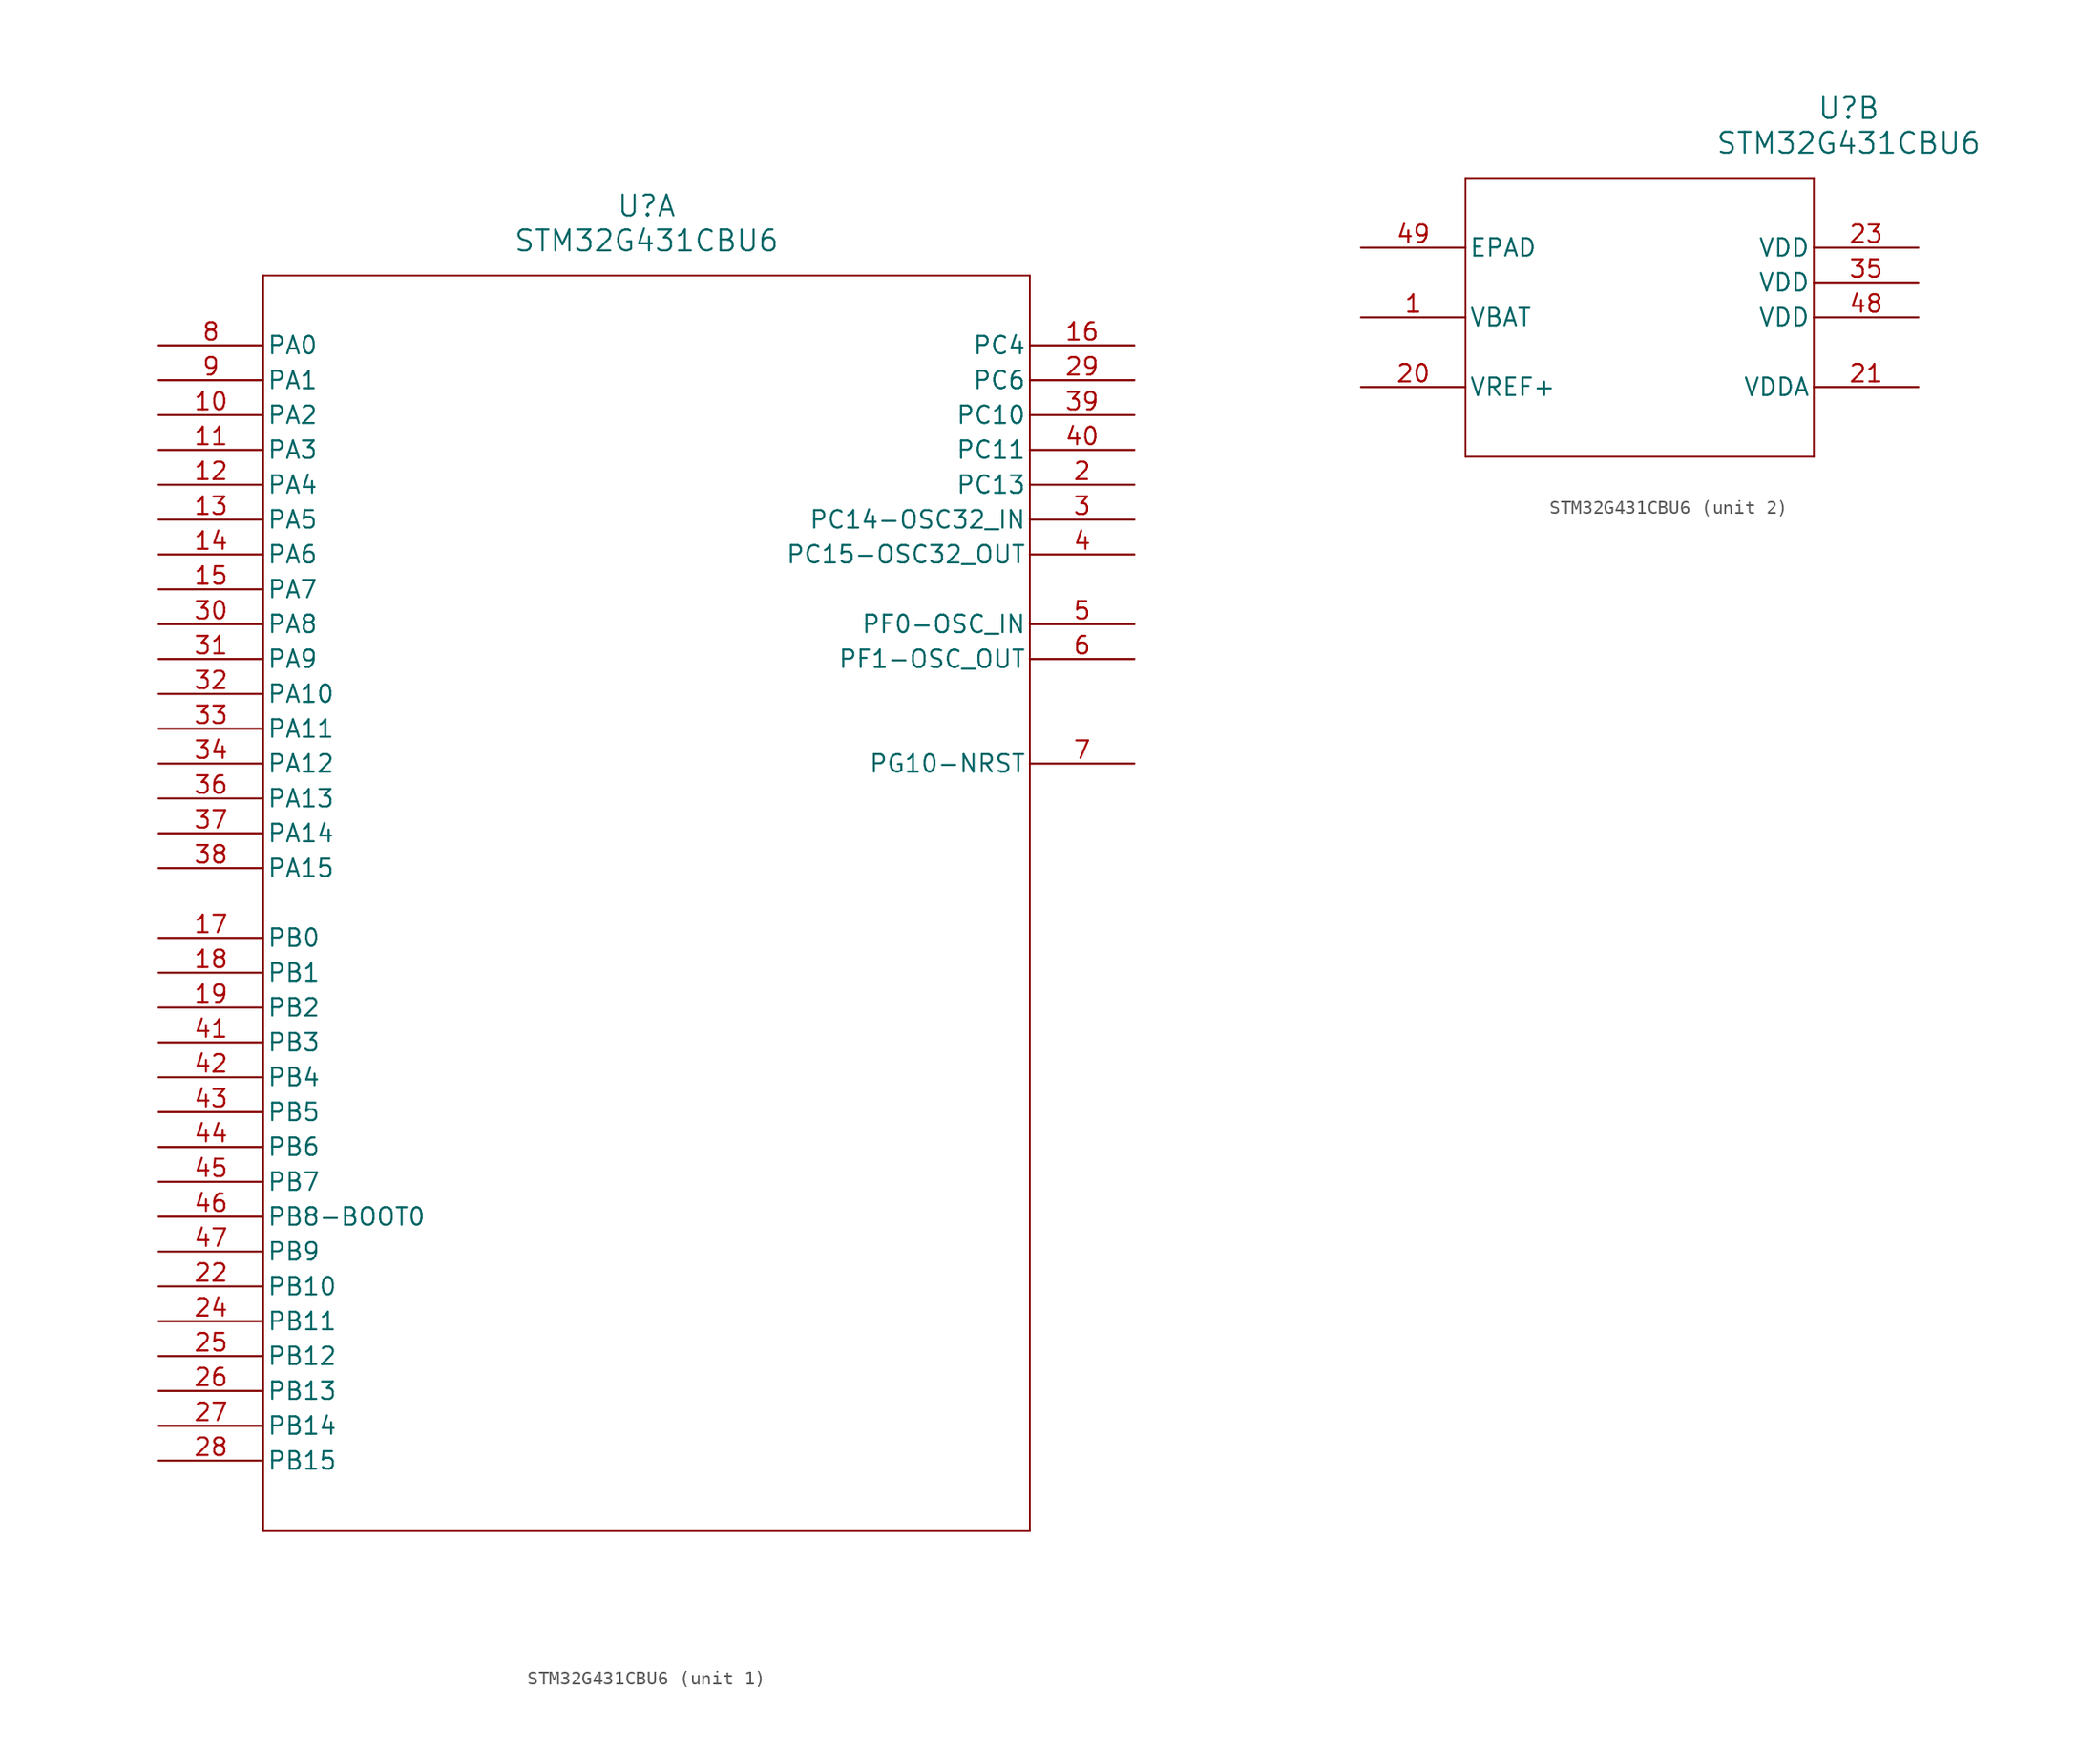
<source format=kicad_sym>
(kicad_symbol_lib
  (version 20211014)
  (generator kicad_symbol_editor)
  (symbol "STM32G431CBU6"
    (pin_names
      (offset 0.254))
    (property "Reference" "U"
      (at 35.56 10.16 0)
      (effects (font (size 1.524 1.524))))
    (property "Value" "STM32G431CBU6"
      (at 35.56 7.62 0)
      (effects (font (size 1.524 1.524))))
    (symbol "STM32G431CBU6_1_1"
      (polyline (pts (xy 7.62 5.08) (xy 7.62 -86.36)) (stroke (width 0.127) (type default) (color 0 0 0 0)) (fill (type none)))
      (polyline (pts (xy 7.62 -86.36) (xy 63.5 -86.36)) (stroke (width 0.127) (type default) (color 0 0 0 0)) (fill (type none)))
      (polyline (pts (xy 63.5 -86.36) (xy 63.5 5.08)) (stroke (width 0.127) (type default) (color 0 0 0 0)) (fill (type none)))
      (polyline (pts (xy 63.5 5.08) (xy 7.62 5.08)) (stroke (width 0.127) (type default) (color 0 0 0 0)) (fill (type none)))
      (pin bidirectional line (at 71.12 -10.16 180) (length 7.62) (name "PC13" (effects (font (size 1.27 1.27)))) (number "2" (effects (font (size 1.27 1.27)))))
      (pin bidirectional line (at 71.12 -12.7 180) (length 7.62) (name "PC14-OSC32_IN" (effects (font (size 1.27 1.27)))) (number "3" (effects (font (size 1.27 1.27)))))
      (pin bidirectional line (at 71.12 -15.24 180) (length 7.62) (name "PC15-OSC32_OUT" (effects (font (size 1.27 1.27)))) (number "4" (effects (font (size 1.27 1.27)))))
      (pin bidirectional line (at 71.12 -20.32 180) (length 7.62) (name "PF0-OSC_IN" (effects (font (size 1.27 1.27)))) (number "5" (effects (font (size 1.27 1.27)))))
      (pin bidirectional line (at 71.12 -22.86 180) (length 7.62) (name "PF1-OSC_OUT" (effects (font (size 1.27 1.27)))) (number "6" (effects (font (size 1.27 1.27)))))
      (pin bidirectional line (at 71.12 -30.48 180) (length 7.62) (name "PG10-NRST" (effects (font (size 1.27 1.27)))) (number "7" (effects (font (size 1.27 1.27)))))
      (pin bidirectional line (at 0 0 0) (length 7.62) (name "PA0" (effects (font (size 1.27 1.27)))) (number "8" (effects (font (size 1.27 1.27)))))
      (pin bidirectional line (at 0 -2.54 0) (length 7.62) (name "PA1" (effects (font (size 1.27 1.27)))) (number "9" (effects (font (size 1.27 1.27)))))
      (pin bidirectional line (at 0 -5.08 0) (length 7.62) (name "PA2" (effects (font (size 1.27 1.27)))) (number "10" (effects (font (size 1.27 1.27)))))
      (pin bidirectional line (at 0 -7.62 0) (length 7.62) (name "PA3" (effects (font (size 1.27 1.27)))) (number "11" (effects (font (size 1.27 1.27)))))
      (pin bidirectional line (at 0 -10.16 0) (length 7.62) (name "PA4" (effects (font (size 1.27 1.27)))) (number "12" (effects (font (size 1.27 1.27)))))
      (pin bidirectional line (at 0 -12.7 0) (length 7.62) (name "PA5" (effects (font (size 1.27 1.27)))) (number "13" (effects (font (size 1.27 1.27)))))
      (pin bidirectional line (at 0 -15.24 0) (length 7.62) (name "PA6" (effects (font (size 1.27 1.27)))) (number "14" (effects (font (size 1.27 1.27)))))
      (pin bidirectional line (at 0 -17.78 0) (length 7.62) (name "PA7" (effects (font (size 1.27 1.27)))) (number "15" (effects (font (size 1.27 1.27)))))
      (pin bidirectional line (at 71.12 0 180) (length 7.62) (name "PC4" (effects (font (size 1.27 1.27)))) (number "16" (effects (font (size 1.27 1.27)))))
      (pin bidirectional line (at 0 -43.18 0) (length 7.62) (name "PB0" (effects (font (size 1.27 1.27)))) (number "17" (effects (font (size 1.27 1.27)))))
      (pin bidirectional line (at 0 -45.72 0) (length 7.62) (name "PB1" (effects (font (size 1.27 1.27)))) (number "18" (effects (font (size 1.27 1.27)))))
      (pin bidirectional line (at 0 -48.26 0) (length 7.62) (name "PB2" (effects (font (size 1.27 1.27)))) (number "19" (effects (font (size 1.27 1.27)))))
      (pin bidirectional line (at 0 -68.58 0) (length 7.62) (name "PB10" (effects (font (size 1.27 1.27)))) (number "22" (effects (font (size 1.27 1.27)))))
      (pin bidirectional line (at 0 -71.12 0) (length 7.62) (name "PB11" (effects (font (size 1.27 1.27)))) (number "24" (effects (font (size 1.27 1.27)))))
      (pin bidirectional line (at 0 -73.66 0) (length 7.62) (name "PB12" (effects (font (size 1.27 1.27)))) (number "25" (effects (font (size 1.27 1.27)))))
      (pin bidirectional line (at 0 -76.2 0) (length 7.62) (name "PB13" (effects (font (size 1.27 1.27)))) (number "26" (effects (font (size 1.27 1.27)))))
      (pin bidirectional line (at 0 -78.74 0) (length 7.62) (name "PB14" (effects (font (size 1.27 1.27)))) (number "27" (effects (font (size 1.27 1.27)))))
      (pin bidirectional line (at 0 -81.28 0) (length 7.62) (name "PB15" (effects (font (size 1.27 1.27)))) (number "28" (effects (font (size 1.27 1.27)))))
      (pin bidirectional line (at 71.12 -2.54 180) (length 7.62) (name "PC6" (effects (font (size 1.27 1.27)))) (number "29" (effects (font (size 1.27 1.27)))))
      (pin bidirectional line (at 0 -20.32 0) (length 7.62) (name "PA8" (effects (font (size 1.27 1.27)))) (number "30" (effects (font (size 1.27 1.27)))))
      (pin bidirectional line (at 0 -22.86 0) (length 7.62) (name "PA9" (effects (font (size 1.27 1.27)))) (number "31" (effects (font (size 1.27 1.27)))))
      (pin bidirectional line (at 0 -25.4 0) (length 7.62) (name "PA10" (effects (font (size 1.27 1.27)))) (number "32" (effects (font (size 1.27 1.27)))))
      (pin bidirectional line (at 0 -27.94 0) (length 7.62) (name "PA11" (effects (font (size 1.27 1.27)))) (number "33" (effects (font (size 1.27 1.27)))))
      (pin bidirectional line (at 0 -30.48 0) (length 7.62) (name "PA12" (effects (font (size 1.27 1.27)))) (number "34" (effects (font (size 1.27 1.27)))))
      (pin bidirectional line (at 0 -33.02 0) (length 7.62) (name "PA13" (effects (font (size 1.27 1.27)))) (number "36" (effects (font (size 1.27 1.27)))))
      (pin bidirectional line (at 0 -35.56 0) (length 7.62) (name "PA14" (effects (font (size 1.27 1.27)))) (number "37" (effects (font (size 1.27 1.27)))))
      (pin bidirectional line (at 0 -38.1 0) (length 7.62) (name "PA15" (effects (font (size 1.27 1.27)))) (number "38" (effects (font (size 1.27 1.27)))))
      (pin bidirectional line (at 71.12 -5.08 180) (length 7.62) (name "PC10" (effects (font (size 1.27 1.27)))) (number "39" (effects (font (size 1.27 1.27)))))
      (pin bidirectional line (at 71.12 -7.62 180) (length 7.62) (name "PC11" (effects (font (size 1.27 1.27)))) (number "40" (effects (font (size 1.27 1.27)))))
      (pin bidirectional line (at 0 -50.8 0) (length 7.62) (name "PB3" (effects (font (size 1.27 1.27)))) (number "41" (effects (font (size 1.27 1.27)))))
      (pin bidirectional line (at 0 -53.34 0) (length 7.62) (name "PB4" (effects (font (size 1.27 1.27)))) (number "42" (effects (font (size 1.27 1.27)))))
      (pin bidirectional line (at 0 -55.88 0) (length 7.62) (name "PB5" (effects (font (size 1.27 1.27)))) (number "43" (effects (font (size 1.27 1.27)))))
      (pin bidirectional line (at 0 -58.42 0) (length 7.62) (name "PB6" (effects (font (size 1.27 1.27)))) (number "44" (effects (font (size 1.27 1.27)))))
      (pin bidirectional line (at 0 -60.96 0) (length 7.62) (name "PB7" (effects (font (size 1.27 1.27)))) (number "45" (effects (font (size 1.27 1.27)))))
      (pin bidirectional line (at 0 -63.5 0) (length 7.62) (name "PB8-BOOT0" (effects (font (size 1.27 1.27)))) (number "46" (effects (font (size 1.27 1.27)))))
      (pin bidirectional line (at 0 -66.04 0) (length 7.62) (name "PB9" (effects (font (size 1.27 1.27)))) (number "47" (effects (font (size 1.27 1.27))))))
    (symbol "STM32G431CBU6_2_1"
      (polyline (pts (xy 7.62 5.08) (xy 7.62 -15.24)) (stroke (width 0.127) (type default) (color 0 0 0 0)) (fill (type none)))
      (polyline (pts (xy 7.62 -15.24) (xy 33.02 -15.24)) (stroke (width 0.127) (type default) (color 0 0 0 0)) (fill (type none)))
      (polyline (pts (xy 33.02 -15.24) (xy 33.02 5.08)) (stroke (width 0.127) (type default) (color 0 0 0 0)) (fill (type none)))
      (polyline (pts (xy 33.02 5.08) (xy 7.62 5.08)) (stroke (width 0.127) (type default) (color 0 0 0 0)) (fill (type none)))
      (pin power_in line (at 0 -5.08 0) (length 7.62) (name "VBAT" (effects (font (size 1.27 1.27)))) (number "1" (effects (font (size 1.27 1.27)))))
      (pin power_in line (at 0 -10.16 0) (length 7.62) (name "VREF+" (effects (font (size 1.27 1.27)))) (number "20" (effects (font (size 1.27 1.27)))))
      (pin power_in line (at 40.64 -10.16 180) (length 7.62) (name "VDDA" (effects (font (size 1.27 1.27)))) (number "21" (effects (font (size 1.27 1.27)))))
      (pin power_in line (at 40.64 0 180) (length 7.62) (name "VDD" (effects (font (size 1.27 1.27)))) (number "23" (effects (font (size 1.27 1.27)))))
      (pin power_in line (at 40.64 -2.54 180) (length 7.62) (name "VDD" (effects (font (size 1.27 1.27)))) (number "35" (effects (font (size 1.27 1.27)))))
      (pin power_in line (at 40.64 -5.08 180) (length 7.62) (name "VDD" (effects (font (size 1.27 1.27)))) (number "48" (effects (font (size 1.27 1.27)))))
      (pin unspecified line (at 0 0 0) (length 7.62) (name "EPAD" (effects (font (size 1.27 1.27)))) (number "49" (effects (font (size 1.27 1.27))))))))
</source>
